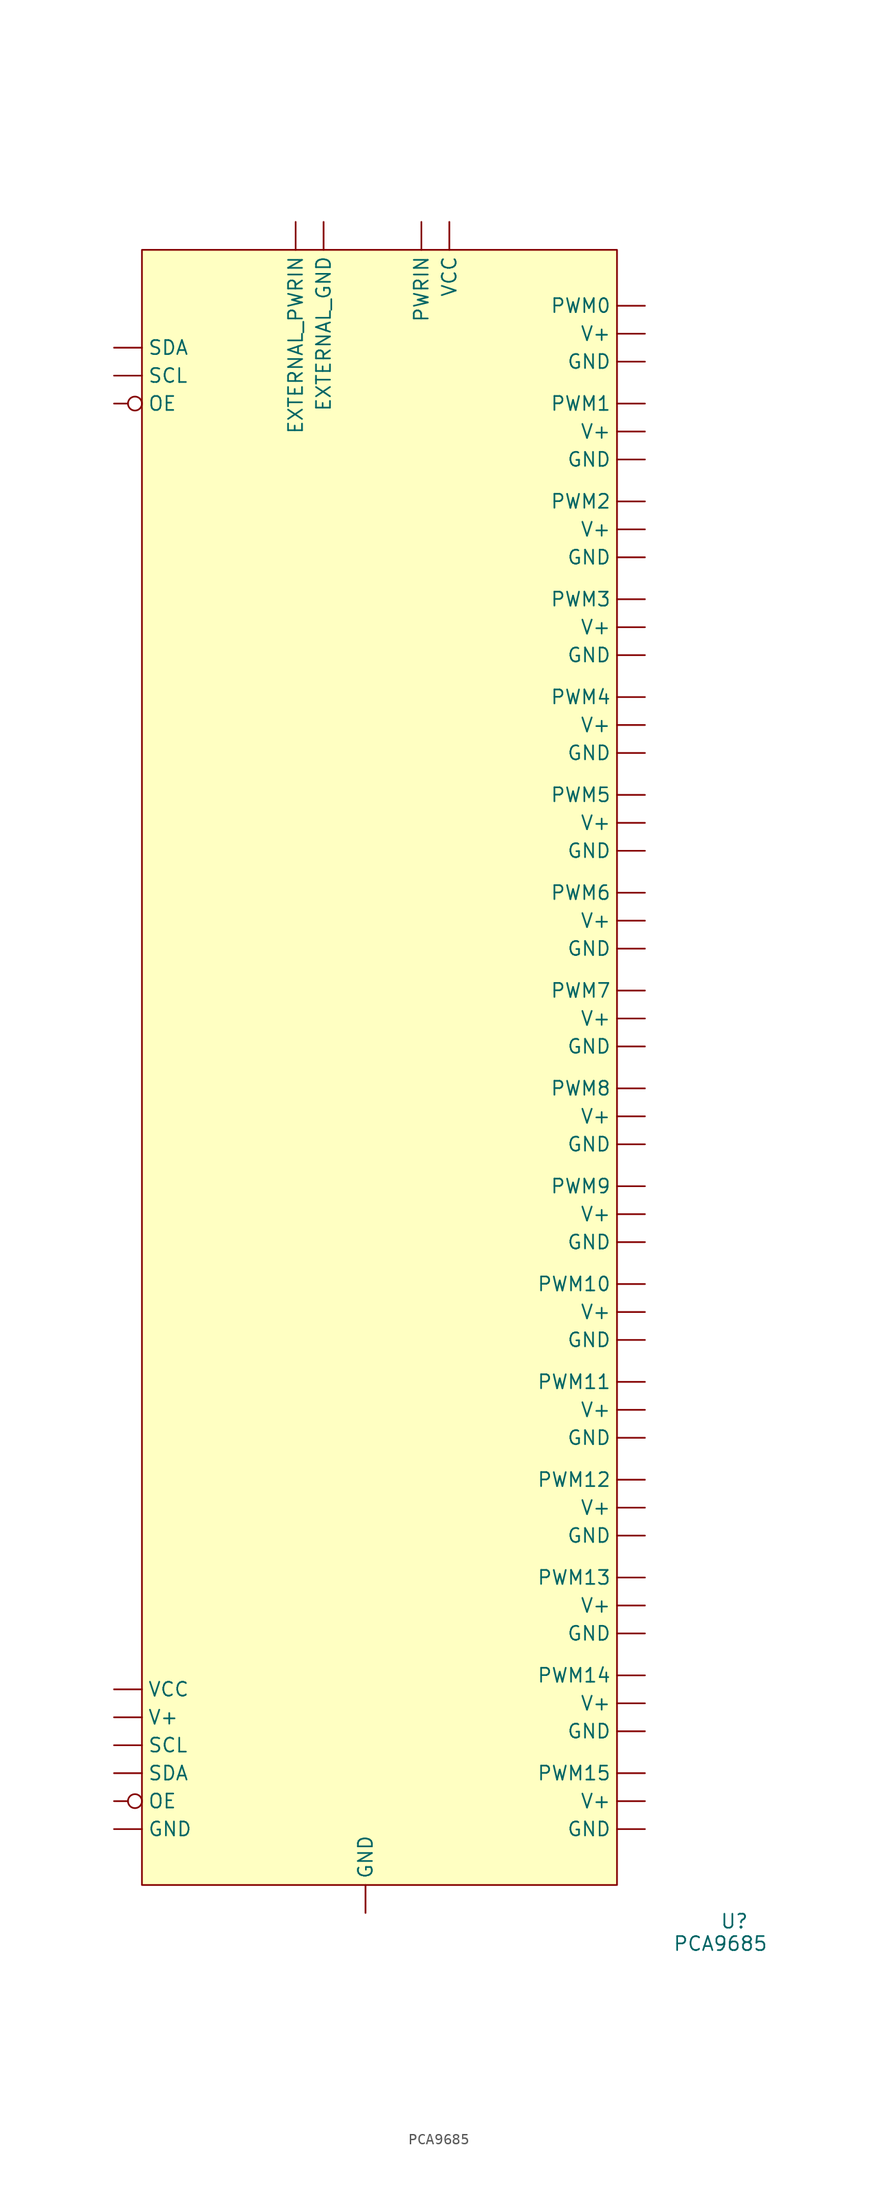
<source format=kicad_sym>
(kicad_symbol_lib
  (version 20231120)
  (generator "kicad_symbol_editor")
  (generator_version "8.0")
  (symbol "PCA9685"
    (property "Reference" "U"
      (at 33.528 -76.962 0)
      (effects (font (size 1.27 1.27))))
    (property "Value" "PCA9685"
      (at 32.258 -78.994 0)
      (effects (font (size 1.27 1.27))))
    (symbol "PCA9685_0_1"
      (rectangle (start -20.32 74.93) (end 22.86 -73.66) (stroke (width 0) (type default)) (fill (type background))))
    (symbol "PCA9685_1_1"
      (pin power_in line (at -3.81 77.47 270) (length 2.54) (name "EXTERNAL_GND" (effects (font (size 1.27 1.27)))) (number "" (effects (font (size 1.27 1.27)))))
      (pin power_in line (at -6.35 77.47 270) (length 2.54) (name "EXTERNAL_PWRIN" (effects (font (size 1.27 1.27)))) (number "" (effects (font (size 1.27 1.27)))))
      (pin power_out line (at -22.86 -68.58 0) (length 2.54) (name "GND" (effects (font (size 1.27 1.27)))) (number "" (effects (font (size 1.27 1.27)))))
      (pin power_in line (at 0 -76.2 90) (length 2.54) (name "GND" (effects (font (size 1.27 1.27)))) (number "" (effects (font (size 1.27 1.27)))))
      (pin power_out line (at 25.4 -68.58 180) (length 2.54) (name "GND" (effects (font (size 1.27 1.27)))) (number "" (effects (font (size 1.27 1.27)))))
      (pin power_out line (at 25.4 -59.69 180) (length 2.54) (name "GND" (effects (font (size 1.27 1.27)))) (number "" (effects (font (size 1.27 1.27)))))
      (pin power_out line (at 25.4 -50.8 180) (length 2.54) (name "GND" (effects (font (size 1.27 1.27)))) (number "" (effects (font (size 1.27 1.27)))))
      (pin power_out line (at 25.4 -41.91 180) (length 2.54) (name "GND" (effects (font (size 1.27 1.27)))) (number "" (effects (font (size 1.27 1.27)))))
      (pin power_out line (at 25.4 -33.02 180) (length 2.54) (name "GND" (effects (font (size 1.27 1.27)))) (number "" (effects (font (size 1.27 1.27)))))
      (pin power_out line (at 25.4 -24.13 180) (length 2.54) (name "GND" (effects (font (size 1.27 1.27)))) (number "" (effects (font (size 1.27 1.27)))))
      (pin power_out line (at 25.4 -15.24 180) (length 2.54) (name "GND" (effects (font (size 1.27 1.27)))) (number "" (effects (font (size 1.27 1.27)))))
      (pin power_out line (at 25.4 -6.35 180) (length 2.54) (name "GND" (effects (font (size 1.27 1.27)))) (number "" (effects (font (size 1.27 1.27)))))
      (pin power_out line (at 25.4 2.54 180) (length 2.54) (name "GND" (effects (font (size 1.27 1.27)))) (number "" (effects (font (size 1.27 1.27)))))
      (pin power_out line (at 25.4 11.43 180) (length 2.54) (name "GND" (effects (font (size 1.27 1.27)))) (number "" (effects (font (size 1.27 1.27)))))
      (pin power_out line (at 25.4 20.32 180) (length 2.54) (name "GND" (effects (font (size 1.27 1.27)))) (number "" (effects (font (size 1.27 1.27)))))
      (pin power_out line (at 25.4 29.21 180) (length 2.54) (name "GND" (effects (font (size 1.27 1.27)))) (number "" (effects (font (size 1.27 1.27)))))
      (pin power_out line (at 25.4 38.1 180) (length 2.54) (name "GND" (effects (font (size 1.27 1.27)))) (number "" (effects (font (size 1.27 1.27)))))
      (pin power_out line (at 25.4 46.99 180) (length 2.54) (name "GND" (effects (font (size 1.27 1.27)))) (number "" (effects (font (size 1.27 1.27)))))
      (pin power_out line (at 25.4 55.88 180) (length 2.54) (name "GND" (effects (font (size 1.27 1.27)))) (number "" (effects (font (size 1.27 1.27)))))
      (pin power_out line (at 25.4 64.77 180) (length 2.54) (name "GND" (effects (font (size 1.27 1.27)))) (number "" (effects (font (size 1.27 1.27)))))
      (pin output inverted (at -22.86 -66.04 0) (length 2.54) (name "OE" (effects (font (size 1.27 1.27)))) (number "" (effects (font (size 1.27 1.27)))))
      (pin input inverted (at -22.86 60.96 0) (length 2.54) (name "OE" (effects (font (size 1.27 1.27)))) (number "" (effects (font (size 1.27 1.27)))))
      (pin output line (at 25.4 69.85 180) (length 2.54) (name "PWM0" (effects (font (size 1.27 1.27)))) (number "" (effects (font (size 1.27 1.27)))))
      (pin output line (at 25.4 60.96 180) (length 2.54) (name "PWM1" (effects (font (size 1.27 1.27)))) (number "" (effects (font (size 1.27 1.27)))))
      (pin output line (at 25.4 -19.05 180) (length 2.54) (name "PWM10" (effects (font (size 1.27 1.27)))) (number "" (effects (font (size 1.27 1.27)))))
      (pin output line (at 25.4 -27.94 180) (length 2.54) (name "PWM11" (effects (font (size 1.27 1.27)))) (number "" (effects (font (size 1.27 1.27)))))
      (pin output line (at 25.4 -36.83 180) (length 2.54) (name "PWM12" (effects (font (size 1.27 1.27)))) (number "" (effects (font (size 1.27 1.27)))))
      (pin output line (at 25.4 -45.72 180) (length 2.54) (name "PWM13" (effects (font (size 1.27 1.27)))) (number "" (effects (font (size 1.27 1.27)))))
      (pin output line (at 25.4 -54.61 180) (length 2.54) (name "PWM14" (effects (font (size 1.27 1.27)))) (number "" (effects (font (size 1.27 1.27)))))
      (pin output line (at 25.4 -63.5 180) (length 2.54) (name "PWM15" (effects (font (size 1.27 1.27)))) (number "" (effects (font (size 1.27 1.27)))))
      (pin output line (at 25.4 52.07 180) (length 2.54) (name "PWM2" (effects (font (size 1.27 1.27)))) (number "" (effects (font (size 1.27 1.27)))))
      (pin output line (at 25.4 43.18 180) (length 2.54) (name "PWM3" (effects (font (size 1.27 1.27)))) (number "" (effects (font (size 1.27 1.27)))))
      (pin output line (at 25.4 34.29 180) (length 2.54) (name "PWM4" (effects (font (size 1.27 1.27)))) (number "" (effects (font (size 1.27 1.27)))))
      (pin output line (at 25.4 25.4 180) (length 2.54) (name "PWM5" (effects (font (size 1.27 1.27)))) (number "" (effects (font (size 1.27 1.27)))))
      (pin output line (at 25.4 16.51 180) (length 2.54) (name "PWM6" (effects (font (size 1.27 1.27)))) (number "" (effects (font (size 1.27 1.27)))))
      (pin output line (at 25.4 7.62 180) (length 2.54) (name "PWM7" (effects (font (size 1.27 1.27)))) (number "" (effects (font (size 1.27 1.27)))))
      (pin output line (at 25.4 -1.27 180) (length 2.54) (name "PWM8" (effects (font (size 1.27 1.27)))) (number "" (effects (font (size 1.27 1.27)))))
      (pin output line (at 25.4 -10.16 180) (length 2.54) (name "PWM9" (effects (font (size 1.27 1.27)))) (number "" (effects (font (size 1.27 1.27)))))
      (pin power_in line (at 5.08 77.47 270) (length 2.54) (name "PWRIN" (effects (font (size 1.27 1.27)))) (number "" (effects (font (size 1.27 1.27)))))
      (pin bidirectional line (at -22.86 -60.96 0) (length 2.54) (name "SCL" (effects (font (size 1.27 1.27)))) (number "" (effects (font (size 1.27 1.27)))))
      (pin bidirectional line (at -22.86 63.5 0) (length 2.54) (name "SCL" (effects (font (size 1.27 1.27)))) (number "" (effects (font (size 1.27 1.27)))))
      (pin bidirectional line (at -22.86 -63.5 0) (length 2.54) (name "SDA" (effects (font (size 1.27 1.27)))) (number "" (effects (font (size 1.27 1.27)))))
      (pin bidirectional line (at -22.86 66.04 0) (length 2.54) (name "SDA" (effects (font (size 1.27 1.27)))) (number "" (effects (font (size 1.27 1.27)))))
      (pin power_out line (at -22.86 -58.42 0) (length 2.54) (name "V+" (effects (font (size 1.27 1.27)))) (number "" (effects (font (size 1.27 1.27)))))
      (pin power_out line (at 25.4 -66.04 180) (length 2.54) (name "V+" (effects (font (size 1.27 1.27)))) (number "" (effects (font (size 1.27 1.27)))))
      (pin power_out line (at 25.4 -57.15 180) (length 2.54) (name "V+" (effects (font (size 1.27 1.27)))) (number "" (effects (font (size 1.27 1.27)))))
      (pin power_out line (at 25.4 -48.26 180) (length 2.54) (name "V+" (effects (font (size 1.27 1.27)))) (number "" (effects (font (size 1.27 1.27)))))
      (pin power_out line (at 25.4 -39.37 180) (length 2.54) (name "V+" (effects (font (size 1.27 1.27)))) (number "" (effects (font (size 1.27 1.27)))))
      (pin power_out line (at 25.4 -30.48 180) (length 2.54) (name "V+" (effects (font (size 1.27 1.27)))) (number "" (effects (font (size 1.27 1.27)))))
      (pin power_out line (at 25.4 -21.59 180) (length 2.54) (name "V+" (effects (font (size 1.27 1.27)))) (number "" (effects (font (size 1.27 1.27)))))
      (pin power_out line (at 25.4 -12.7 180) (length 2.54) (name "V+" (effects (font (size 1.27 1.27)))) (number "" (effects (font (size 1.27 1.27)))))
      (pin power_out line (at 25.4 -3.81 180) (length 2.54) (name "V+" (effects (font (size 1.27 1.27)))) (number "" (effects (font (size 1.27 1.27)))))
      (pin power_out line (at 25.4 5.08 180) (length 2.54) (name "V+" (effects (font (size 1.27 1.27)))) (number "" (effects (font (size 1.27 1.27)))))
      (pin power_out line (at 25.4 13.97 180) (length 2.54) (name "V+" (effects (font (size 1.27 1.27)))) (number "" (effects (font (size 1.27 1.27)))))
      (pin power_out line (at 25.4 22.86 180) (length 2.54) (name "V+" (effects (font (size 1.27 1.27)))) (number "" (effects (font (size 1.27 1.27)))))
      (pin power_out line (at 25.4 31.75 180) (length 2.54) (name "V+" (effects (font (size 1.27 1.27)))) (number "" (effects (font (size 1.27 1.27)))))
      (pin power_out line (at 25.4 40.64 180) (length 2.54) (name "V+" (effects (font (size 1.27 1.27)))) (number "" (effects (font (size 1.27 1.27)))))
      (pin power_out line (at 25.4 49.53 180) (length 2.54) (name "V+" (effects (font (size 1.27 1.27)))) (number "" (effects (font (size 1.27 1.27)))))
      (pin power_out line (at 25.4 58.42 180) (length 2.54) (name "V+" (effects (font (size 1.27 1.27)))) (number "" (effects (font (size 1.27 1.27)))))
      (pin power_out line (at 25.4 67.31 180) (length 2.54) (name "V+" (effects (font (size 1.27 1.27)))) (number "" (effects (font (size 1.27 1.27)))))
      (pin power_out line (at -22.86 -55.88 0) (length 2.54) (name "VCC" (effects (font (size 1.27 1.27)))) (number "" (effects (font (size 1.27 1.27)))))
      (pin power_in line (at 7.62 77.47 270) (length 2.54) (name "VCC" (effects (font (size 1.27 1.27)))) (number "" (effects (font (size 1.27 1.27))))))))
</source>
